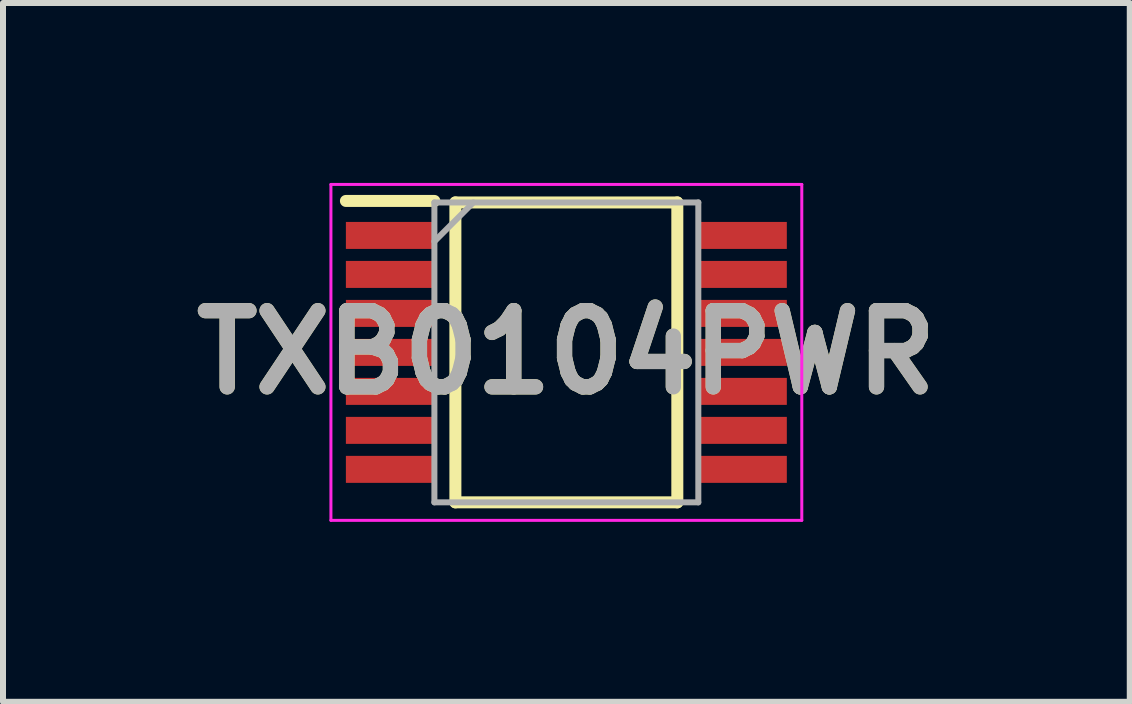
<source format=kicad_pcb>
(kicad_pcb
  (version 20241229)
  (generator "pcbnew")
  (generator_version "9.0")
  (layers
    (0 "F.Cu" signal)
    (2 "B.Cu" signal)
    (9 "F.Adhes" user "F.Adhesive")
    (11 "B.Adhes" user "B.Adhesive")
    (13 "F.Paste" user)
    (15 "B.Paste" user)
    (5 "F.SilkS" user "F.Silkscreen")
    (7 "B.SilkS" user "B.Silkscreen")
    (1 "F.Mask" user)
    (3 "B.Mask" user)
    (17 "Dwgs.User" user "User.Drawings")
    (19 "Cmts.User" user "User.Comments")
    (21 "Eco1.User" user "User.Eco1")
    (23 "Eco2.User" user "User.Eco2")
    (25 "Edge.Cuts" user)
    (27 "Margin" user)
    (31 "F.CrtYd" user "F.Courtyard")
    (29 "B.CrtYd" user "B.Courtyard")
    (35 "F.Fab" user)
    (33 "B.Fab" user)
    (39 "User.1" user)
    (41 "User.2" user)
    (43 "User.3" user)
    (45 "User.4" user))
  (footprint "TXB0104PWR"
    (layer "F.Cu")
    (at 6.392 2.825)
    (property "Reference" "TXB0104PWR" (at 0 0 0) (layer "F.SilkS") (effects (font (size 1.27 1.27) (thickness 0.254))))
    (attr smd)
    (fp_line (start -3.675 -2.525) (end -2.2 -2.525) (stroke (width 0.2) (type solid)) (layer "F.SilkS"))
    (fp_line (start -1.85 -2.5) (end 1.85 -2.5) (stroke (width 0.2) (type solid)) (layer "F.SilkS"))
    (fp_line (start -1.85 2.5) (end -1.85 -2.5) (stroke (width 0.2) (type solid)) (layer "F.SilkS"))
    (fp_line (start 1.85 -2.5) (end 1.85 2.5) (stroke (width 0.2) (type solid)) (layer "F.SilkS"))
    (fp_line (start 1.85 2.5) (end -1.85 2.5) (stroke (width 0.2) (type solid)) (layer "F.SilkS"))
    (fp_line (start -3.925 -2.8) (end 3.925 -2.8) (stroke (width 0.05) (type solid)) (layer "F.CrtYd"))
    (fp_line (start -3.925 2.8) (end -3.925 -2.8) (stroke (width 0.05) (type solid)) (layer "F.CrtYd"))
    (fp_line (start 3.925 -2.8) (end 3.925 2.8) (stroke (width 0.05) (type solid)) (layer "F.CrtYd"))
    (fp_line (start 3.925 2.8) (end -3.925 2.8) (stroke (width 0.05) (type solid)) (layer "F.CrtYd"))
    (fp_line (start -2.2 -2.5) (end 2.2 -2.5) (stroke (width 0.1) (type solid)) (layer "F.Fab"))
    (fp_line (start -2.2 -1.85) (end -1.55 -2.5) (stroke (width 0.1) (type solid)) (layer "F.Fab"))
    (fp_line (start -2.2 2.5) (end -2.2 -2.5) (stroke (width 0.1) (type solid)) (layer "F.Fab"))
    (fp_line (start 2.2 -2.5) (end 2.2 2.5) (stroke (width 0.1) (type solid)) (layer "F.Fab"))
    (fp_line (start 2.2 2.5) (end -2.2 2.5) (stroke (width 0.1) (type solid)) (layer "F.Fab"))
    (fp_text user "${REFERENCE}" (at 0 0 0) (layer "F.Fab") (effects (font (size 1.27 1.27) (thickness 0.254))))
    (pad "1" smd rect (at -2.938 -1.95 90) (size 0.45 1.475) (layers "F.Cu" "F.Mask" "F.Paste"))
    (pad "2" smd rect (at -2.938 -1.3 90) (size 0.45 1.475) (layers "F.Cu" "F.Mask" "F.Paste"))
    (pad "3" smd rect (at -2.938 -0.65 90) (size 0.45 1.475) (layers "F.Cu" "F.Mask" "F.Paste"))
    (pad "4" smd rect (at -2.938 0 90) (size 0.45 1.475) (layers "F.Cu" "F.Mask" "F.Paste"))
    (pad "5" smd rect (at -2.938 0.65 90) (size 0.45 1.475) (layers "F.Cu" "F.Mask" "F.Paste"))
    (pad "6" smd rect (at -2.938 1.3 90) (size 0.45 1.475) (layers "F.Cu" "F.Mask" "F.Paste"))
    (pad "7" smd rect (at -2.938 1.95 90) (size 0.45 1.475) (layers "F.Cu" "F.Mask" "F.Paste"))
    (pad "8" smd rect (at 2.938 1.95 90) (size 0.45 1.475) (layers "F.Cu" "F.Mask" "F.Paste"))
    (pad "9" smd rect (at 2.938 1.3 90) (size 0.45 1.475) (layers "F.Cu" "F.Mask" "F.Paste"))
    (pad "10" smd rect (at 2.938 0.65 90) (size 0.45 1.475) (layers "F.Cu" "F.Mask" "F.Paste"))
    (pad "11" smd rect (at 2.938 0 90) (size 0.45 1.475) (layers "F.Cu" "F.Mask" "F.Paste"))
    (pad "12" smd rect (at 2.938 -0.65 90) (size 0.45 1.475) (layers "F.Cu" "F.Mask" "F.Paste"))
    (pad "13" smd rect (at 2.938 -1.3 90) (size 0.45 1.475) (layers "F.Cu" "F.Mask" "F.Paste"))
    (pad "14" smd rect (at 2.938 -1.95 90) (size 0.45 1.475) (layers "F.Cu" "F.Mask" "F.Paste")))
  (gr_rect
    (start -3 -3)
    (end 15.785 8.65)
    (stroke (width 0.1) (type default))
    (fill no)
    (layer "Edge.Cuts")))
</source>
